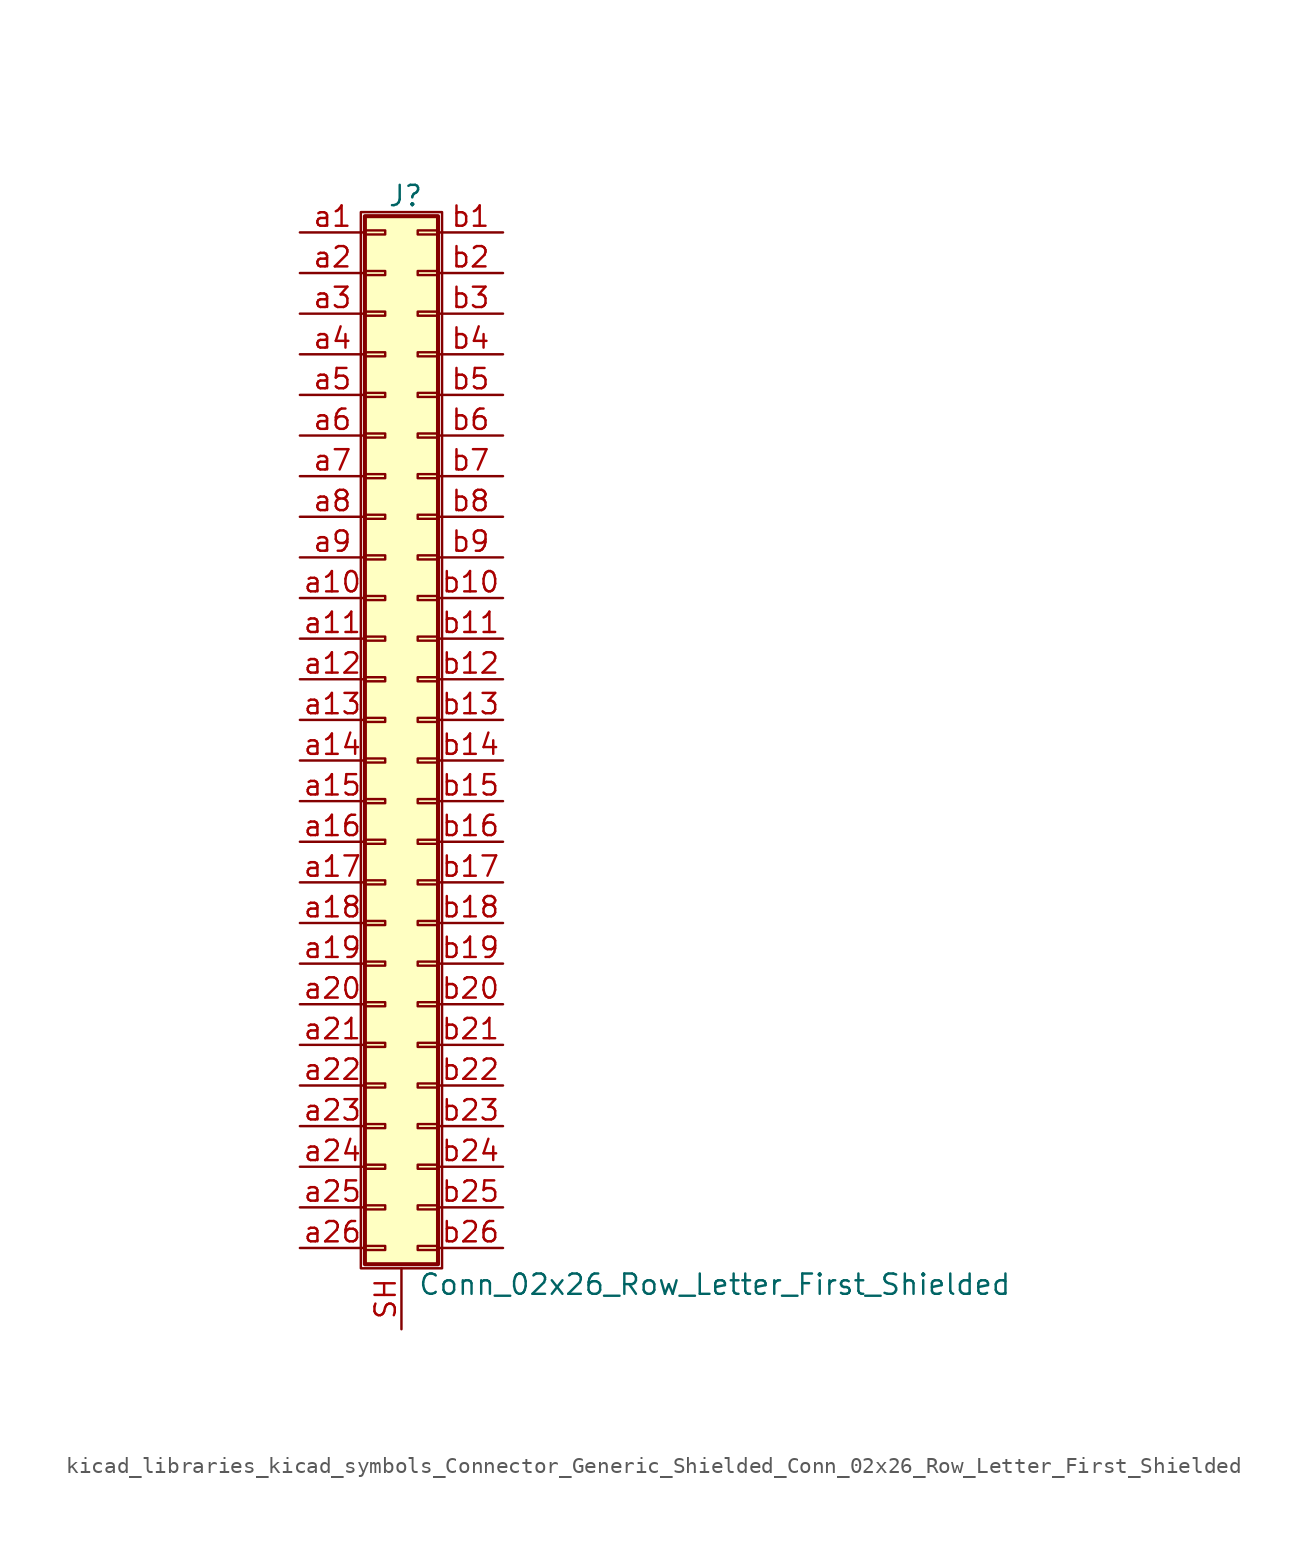
<source format=kicad_sym>
(kicad_symbol_lib
  (version 20220914)
  (generator kicad_symbol_editor)
  (symbol "kicad_libraries_kicad_symbols_Connector_Generic_Shielded_Conn_02x26_Row_Letter_First_Shielded"
    (pin_names
      (offset 1.016) hide)
    (property "Reference" "J"
      (at 1.524 32.766 0)
      (effects (font (size 1.27 1.27))))
    (property "Value" "Conn_02x26_Row_Letter_First_Shielded"
      (at 2.286 -35.306 0)
      (effects (font (size 1.27 1.27)) (justify left)))
    (symbol "kicad_libraries_kicad_symbols_Connector_Generic_Shielded_Conn_02x26_Row_Letter_First_Shielded_1_1"
      (rectangle (start -1.27 31.75) (end 3.81 -34.29) (stroke (width 0.152) (type default)) (fill (type none)))
      (rectangle (start -1.016 -32.893) (end 0.254 -33.147) (stroke (width 0.152) (type default)) (fill (type none)))
      (rectangle (start -1.016 -30.353) (end 0.254 -30.607) (stroke (width 0.152) (type default)) (fill (type none)))
      (rectangle (start -1.016 -27.813) (end 0.254 -28.067) (stroke (width 0.152) (type default)) (fill (type none)))
      (rectangle (start -1.016 -25.273) (end 0.254 -25.527) (stroke (width 0.152) (type default)) (fill (type none)))
      (rectangle (start -1.016 -22.733) (end 0.254 -22.987) (stroke (width 0.152) (type default)) (fill (type none)))
      (rectangle (start -1.016 -20.193) (end 0.254 -20.447) (stroke (width 0.152) (type default)) (fill (type none)))
      (rectangle (start -1.016 -17.653) (end 0.254 -17.907) (stroke (width 0.152) (type default)) (fill (type none)))
      (rectangle (start -1.016 -15.113) (end 0.254 -15.367) (stroke (width 0.152) (type default)) (fill (type none)))
      (rectangle (start -1.016 -12.573) (end 0.254 -12.827) (stroke (width 0.152) (type default)) (fill (type none)))
      (rectangle (start -1.016 -10.033) (end 0.254 -10.287) (stroke (width 0.152) (type default)) (fill (type none)))
      (rectangle (start -1.016 -7.493) (end 0.254 -7.747) (stroke (width 0.152) (type default)) (fill (type none)))
      (rectangle (start -1.016 -4.953) (end 0.254 -5.207) (stroke (width 0.152) (type default)) (fill (type none)))
      (rectangle (start -1.016 -2.413) (end 0.254 -2.667) (stroke (width 0.152) (type default)) (fill (type none)))
      (rectangle (start -1.016 0.127) (end 0.254 -0.127) (stroke (width 0.152) (type default)) (fill (type none)))
      (rectangle (start -1.016 2.667) (end 0.254 2.413) (stroke (width 0.152) (type default)) (fill (type none)))
      (rectangle (start -1.016 5.207) (end 0.254 4.953) (stroke (width 0.152) (type default)) (fill (type none)))
      (rectangle (start -1.016 7.747) (end 0.254 7.493) (stroke (width 0.152) (type default)) (fill (type none)))
      (rectangle (start -1.016 10.287) (end 0.254 10.033) (stroke (width 0.152) (type default)) (fill (type none)))
      (rectangle (start -1.016 12.827) (end 0.254 12.573) (stroke (width 0.152) (type default)) (fill (type none)))
      (rectangle (start -1.016 15.367) (end 0.254 15.113) (stroke (width 0.152) (type default)) (fill (type none)))
      (rectangle (start -1.016 17.907) (end 0.254 17.653) (stroke (width 0.152) (type default)) (fill (type none)))
      (rectangle (start -1.016 20.447) (end 0.254 20.193) (stroke (width 0.152) (type default)) (fill (type none)))
      (rectangle (start -1.016 22.987) (end 0.254 22.733) (stroke (width 0.152) (type default)) (fill (type none)))
      (rectangle (start -1.016 25.527) (end 0.254 25.273) (stroke (width 0.152) (type default)) (fill (type none)))
      (rectangle (start -1.016 28.067) (end 0.254 27.813) (stroke (width 0.152) (type default)) (fill (type none)))
      (rectangle (start -1.016 30.607) (end 0.254 30.353) (stroke (width 0.152) (type default)) (fill (type none)))
      (rectangle (start -1.016 31.496) (end 3.556 -34.036) (stroke (width 0.254) (type default)) (fill (type background)))
      (rectangle (start 3.556 -32.893) (end 2.286 -33.147) (stroke (width 0.152) (type default)) (fill (type none)))
      (rectangle (start 3.556 -30.353) (end 2.286 -30.607) (stroke (width 0.152) (type default)) (fill (type none)))
      (rectangle (start 3.556 -27.813) (end 2.286 -28.067) (stroke (width 0.152) (type default)) (fill (type none)))
      (rectangle (start 3.556 -25.273) (end 2.286 -25.527) (stroke (width 0.152) (type default)) (fill (type none)))
      (rectangle (start 3.556 -22.733) (end 2.286 -22.987) (stroke (width 0.152) (type default)) (fill (type none)))
      (rectangle (start 3.556 -20.193) (end 2.286 -20.447) (stroke (width 0.152) (type default)) (fill (type none)))
      (rectangle (start 3.556 -17.653) (end 2.286 -17.907) (stroke (width 0.152) (type default)) (fill (type none)))
      (rectangle (start 3.556 -15.113) (end 2.286 -15.367) (stroke (width 0.152) (type default)) (fill (type none)))
      (rectangle (start 3.556 -12.573) (end 2.286 -12.827) (stroke (width 0.152) (type default)) (fill (type none)))
      (rectangle (start 3.556 -10.033) (end 2.286 -10.287) (stroke (width 0.152) (type default)) (fill (type none)))
      (rectangle (start 3.556 -7.493) (end 2.286 -7.747) (stroke (width 0.152) (type default)) (fill (type none)))
      (rectangle (start 3.556 -4.953) (end 2.286 -5.207) (stroke (width 0.152) (type default)) (fill (type none)))
      (rectangle (start 3.556 -2.413) (end 2.286 -2.667) (stroke (width 0.152) (type default)) (fill (type none)))
      (rectangle (start 3.556 0.127) (end 2.286 -0.127) (stroke (width 0.152) (type default)) (fill (type none)))
      (rectangle (start 3.556 2.667) (end 2.286 2.413) (stroke (width 0.152) (type default)) (fill (type none)))
      (rectangle (start 3.556 5.207) (end 2.286 4.953) (stroke (width 0.152) (type default)) (fill (type none)))
      (rectangle (start 3.556 7.747) (end 2.286 7.493) (stroke (width 0.152) (type default)) (fill (type none)))
      (rectangle (start 3.556 10.287) (end 2.286 10.033) (stroke (width 0.152) (type default)) (fill (type none)))
      (rectangle (start 3.556 12.827) (end 2.286 12.573) (stroke (width 0.152) (type default)) (fill (type none)))
      (rectangle (start 3.556 15.367) (end 2.286 15.113) (stroke (width 0.152) (type default)) (fill (type none)))
      (rectangle (start 3.556 17.907) (end 2.286 17.653) (stroke (width 0.152) (type default)) (fill (type none)))
      (rectangle (start 3.556 20.447) (end 2.286 20.193) (stroke (width 0.152) (type default)) (fill (type none)))
      (rectangle (start 3.556 22.987) (end 2.286 22.733) (stroke (width 0.152) (type default)) (fill (type none)))
      (rectangle (start 3.556 25.527) (end 2.286 25.273) (stroke (width 0.152) (type default)) (fill (type none)))
      (rectangle (start 3.556 28.067) (end 2.286 27.813) (stroke (width 0.152) (type default)) (fill (type none)))
      (rectangle (start 3.556 30.607) (end 2.286 30.353) (stroke (width 0.152) (type default)) (fill (type none)))
      (pin passive line (at 1.27 -38.1 90) (length 3.81) (name "Shield" (effects (font (size 1.27 1.27)))) (number "SH" (effects (font (size 1.27 1.27)))))
      (pin passive line (at -5.08 30.48 0) (length 4.064) (name "Pin_a1" (effects (font (size 1.27 1.27)))) (number "a1" (effects (font (size 1.27 1.27)))))
      (pin passive line (at -5.08 7.62 0) (length 4.064) (name "Pin_a10" (effects (font (size 1.27 1.27)))) (number "a10" (effects (font (size 1.27 1.27)))))
      (pin passive line (at -5.08 5.08 0) (length 4.064) (name "Pin_a11" (effects (font (size 1.27 1.27)))) (number "a11" (effects (font (size 1.27 1.27)))))
      (pin passive line (at -5.08 2.54 0) (length 4.064) (name "Pin_a12" (effects (font (size 1.27 1.27)))) (number "a12" (effects (font (size 1.27 1.27)))))
      (pin passive line (at -5.08 0 0) (length 4.064) (name "Pin_a13" (effects (font (size 1.27 1.27)))) (number "a13" (effects (font (size 1.27 1.27)))))
      (pin passive line (at -5.08 -2.54 0) (length 4.064) (name "Pin_a14" (effects (font (size 1.27 1.27)))) (number "a14" (effects (font (size 1.27 1.27)))))
      (pin passive line (at -5.08 -5.08 0) (length 4.064) (name "Pin_a15" (effects (font (size 1.27 1.27)))) (number "a15" (effects (font (size 1.27 1.27)))))
      (pin passive line (at -5.08 -7.62 0) (length 4.064) (name "Pin_a16" (effects (font (size 1.27 1.27)))) (number "a16" (effects (font (size 1.27 1.27)))))
      (pin passive line (at -5.08 -10.16 0) (length 4.064) (name "Pin_a17" (effects (font (size 1.27 1.27)))) (number "a17" (effects (font (size 1.27 1.27)))))
      (pin passive line (at -5.08 -12.7 0) (length 4.064) (name "Pin_a18" (effects (font (size 1.27 1.27)))) (number "a18" (effects (font (size 1.27 1.27)))))
      (pin passive line (at -5.08 -15.24 0) (length 4.064) (name "Pin_a19" (effects (font (size 1.27 1.27)))) (number "a19" (effects (font (size 1.27 1.27)))))
      (pin passive line (at -5.08 27.94 0) (length 4.064) (name "Pin_a2" (effects (font (size 1.27 1.27)))) (number "a2" (effects (font (size 1.27 1.27)))))
      (pin passive line (at -5.08 -17.78 0) (length 4.064) (name "Pin_a20" (effects (font (size 1.27 1.27)))) (number "a20" (effects (font (size 1.27 1.27)))))
      (pin passive line (at -5.08 -20.32 0) (length 4.064) (name "Pin_a21" (effects (font (size 1.27 1.27)))) (number "a21" (effects (font (size 1.27 1.27)))))
      (pin passive line (at -5.08 -22.86 0) (length 4.064) (name "Pin_a22" (effects (font (size 1.27 1.27)))) (number "a22" (effects (font (size 1.27 1.27)))))
      (pin passive line (at -5.08 -25.4 0) (length 4.064) (name "Pin_a23" (effects (font (size 1.27 1.27)))) (number "a23" (effects (font (size 1.27 1.27)))))
      (pin passive line (at -5.08 -27.94 0) (length 4.064) (name "Pin_a24" (effects (font (size 1.27 1.27)))) (number "a24" (effects (font (size 1.27 1.27)))))
      (pin passive line (at -5.08 -30.48 0) (length 4.064) (name "Pin_a25" (effects (font (size 1.27 1.27)))) (number "a25" (effects (font (size 1.27 1.27)))))
      (pin passive line (at -5.08 -33.02 0) (length 4.064) (name "Pin_a26" (effects (font (size 1.27 1.27)))) (number "a26" (effects (font (size 1.27 1.27)))))
      (pin passive line (at -5.08 25.4 0) (length 4.064) (name "Pin_a3" (effects (font (size 1.27 1.27)))) (number "a3" (effects (font (size 1.27 1.27)))))
      (pin passive line (at -5.08 22.86 0) (length 4.064) (name "Pin_a4" (effects (font (size 1.27 1.27)))) (number "a4" (effects (font (size 1.27 1.27)))))
      (pin passive line (at -5.08 20.32 0) (length 4.064) (name "Pin_a5" (effects (font (size 1.27 1.27)))) (number "a5" (effects (font (size 1.27 1.27)))))
      (pin passive line (at -5.08 17.78 0) (length 4.064) (name "Pin_a6" (effects (font (size 1.27 1.27)))) (number "a6" (effects (font (size 1.27 1.27)))))
      (pin passive line (at -5.08 15.24 0) (length 4.064) (name "Pin_a7" (effects (font (size 1.27 1.27)))) (number "a7" (effects (font (size 1.27 1.27)))))
      (pin passive line (at -5.08 12.7 0) (length 4.064) (name "Pin_a8" (effects (font (size 1.27 1.27)))) (number "a8" (effects (font (size 1.27 1.27)))))
      (pin passive line (at -5.08 10.16 0) (length 4.064) (name "Pin_a9" (effects (font (size 1.27 1.27)))) (number "a9" (effects (font (size 1.27 1.27)))))
      (pin passive line (at 7.62 30.48 180) (length 4.064) (name "Pin_b1" (effects (font (size 1.27 1.27)))) (number "b1" (effects (font (size 1.27 1.27)))))
      (pin passive line (at 7.62 7.62 180) (length 4.064) (name "Pin_b10" (effects (font (size 1.27 1.27)))) (number "b10" (effects (font (size 1.27 1.27)))))
      (pin passive line (at 7.62 5.08 180) (length 4.064) (name "Pin_b11" (effects (font (size 1.27 1.27)))) (number "b11" (effects (font (size 1.27 1.27)))))
      (pin passive line (at 7.62 2.54 180) (length 4.064) (name "Pin_b12" (effects (font (size 1.27 1.27)))) (number "b12" (effects (font (size 1.27 1.27)))))
      (pin passive line (at 7.62 0 180) (length 4.064) (name "Pin_b13" (effects (font (size 1.27 1.27)))) (number "b13" (effects (font (size 1.27 1.27)))))
      (pin passive line (at 7.62 -2.54 180) (length 4.064) (name "Pin_b14" (effects (font (size 1.27 1.27)))) (number "b14" (effects (font (size 1.27 1.27)))))
      (pin passive line (at 7.62 -5.08 180) (length 4.064) (name "Pin_b15" (effects (font (size 1.27 1.27)))) (number "b15" (effects (font (size 1.27 1.27)))))
      (pin passive line (at 7.62 -7.62 180) (length 4.064) (name "Pin_b16" (effects (font (size 1.27 1.27)))) (number "b16" (effects (font (size 1.27 1.27)))))
      (pin passive line (at 7.62 -10.16 180) (length 4.064) (name "Pin_b17" (effects (font (size 1.27 1.27)))) (number "b17" (effects (font (size 1.27 1.27)))))
      (pin passive line (at 7.62 -12.7 180) (length 4.064) (name "Pin_b18" (effects (font (size 1.27 1.27)))) (number "b18" (effects (font (size 1.27 1.27)))))
      (pin passive line (at 7.62 -15.24 180) (length 4.064) (name "Pin_b19" (effects (font (size 1.27 1.27)))) (number "b19" (effects (font (size 1.27 1.27)))))
      (pin passive line (at 7.62 27.94 180) (length 4.064) (name "Pin_b2" (effects (font (size 1.27 1.27)))) (number "b2" (effects (font (size 1.27 1.27)))))
      (pin passive line (at 7.62 -17.78 180) (length 4.064) (name "Pin_b20" (effects (font (size 1.27 1.27)))) (number "b20" (effects (font (size 1.27 1.27)))))
      (pin passive line (at 7.62 -20.32 180) (length 4.064) (name "Pin_b21" (effects (font (size 1.27 1.27)))) (number "b21" (effects (font (size 1.27 1.27)))))
      (pin passive line (at 7.62 -22.86 180) (length 4.064) (name "Pin_b22" (effects (font (size 1.27 1.27)))) (number "b22" (effects (font (size 1.27 1.27)))))
      (pin passive line (at 7.62 -25.4 180) (length 4.064) (name "Pin_b23" (effects (font (size 1.27 1.27)))) (number "b23" (effects (font (size 1.27 1.27)))))
      (pin passive line (at 7.62 -27.94 180) (length 4.064) (name "Pin_b24" (effects (font (size 1.27 1.27)))) (number "b24" (effects (font (size 1.27 1.27)))))
      (pin passive line (at 7.62 -30.48 180) (length 4.064) (name "Pin_b25" (effects (font (size 1.27 1.27)))) (number "b25" (effects (font (size 1.27 1.27)))))
      (pin passive line (at 7.62 -33.02 180) (length 4.064) (name "Pin_b26" (effects (font (size 1.27 1.27)))) (number "b26" (effects (font (size 1.27 1.27)))))
      (pin passive line (at 7.62 25.4 180) (length 4.064) (name "Pin_b3" (effects (font (size 1.27 1.27)))) (number "b3" (effects (font (size 1.27 1.27)))))
      (pin passive line (at 7.62 22.86 180) (length 4.064) (name "Pin_b4" (effects (font (size 1.27 1.27)))) (number "b4" (effects (font (size 1.27 1.27)))))
      (pin passive line (at 7.62 20.32 180) (length 4.064) (name "Pin_b5" (effects (font (size 1.27 1.27)))) (number "b5" (effects (font (size 1.27 1.27)))))
      (pin passive line (at 7.62 17.78 180) (length 4.064) (name "Pin_b6" (effects (font (size 1.27 1.27)))) (number "b6" (effects (font (size 1.27 1.27)))))
      (pin passive line (at 7.62 15.24 180) (length 4.064) (name "Pin_b7" (effects (font (size 1.27 1.27)))) (number "b7" (effects (font (size 1.27 1.27)))))
      (pin passive line (at 7.62 12.7 180) (length 4.064) (name "Pin_b8" (effects (font (size 1.27 1.27)))) (number "b8" (effects (font (size 1.27 1.27)))))
      (pin passive line (at 7.62 10.16 180) (length 4.064) (name "Pin_b9" (effects (font (size 1.27 1.27)))) (number "b9" (effects (font (size 1.27 1.27))))))))
</source>
